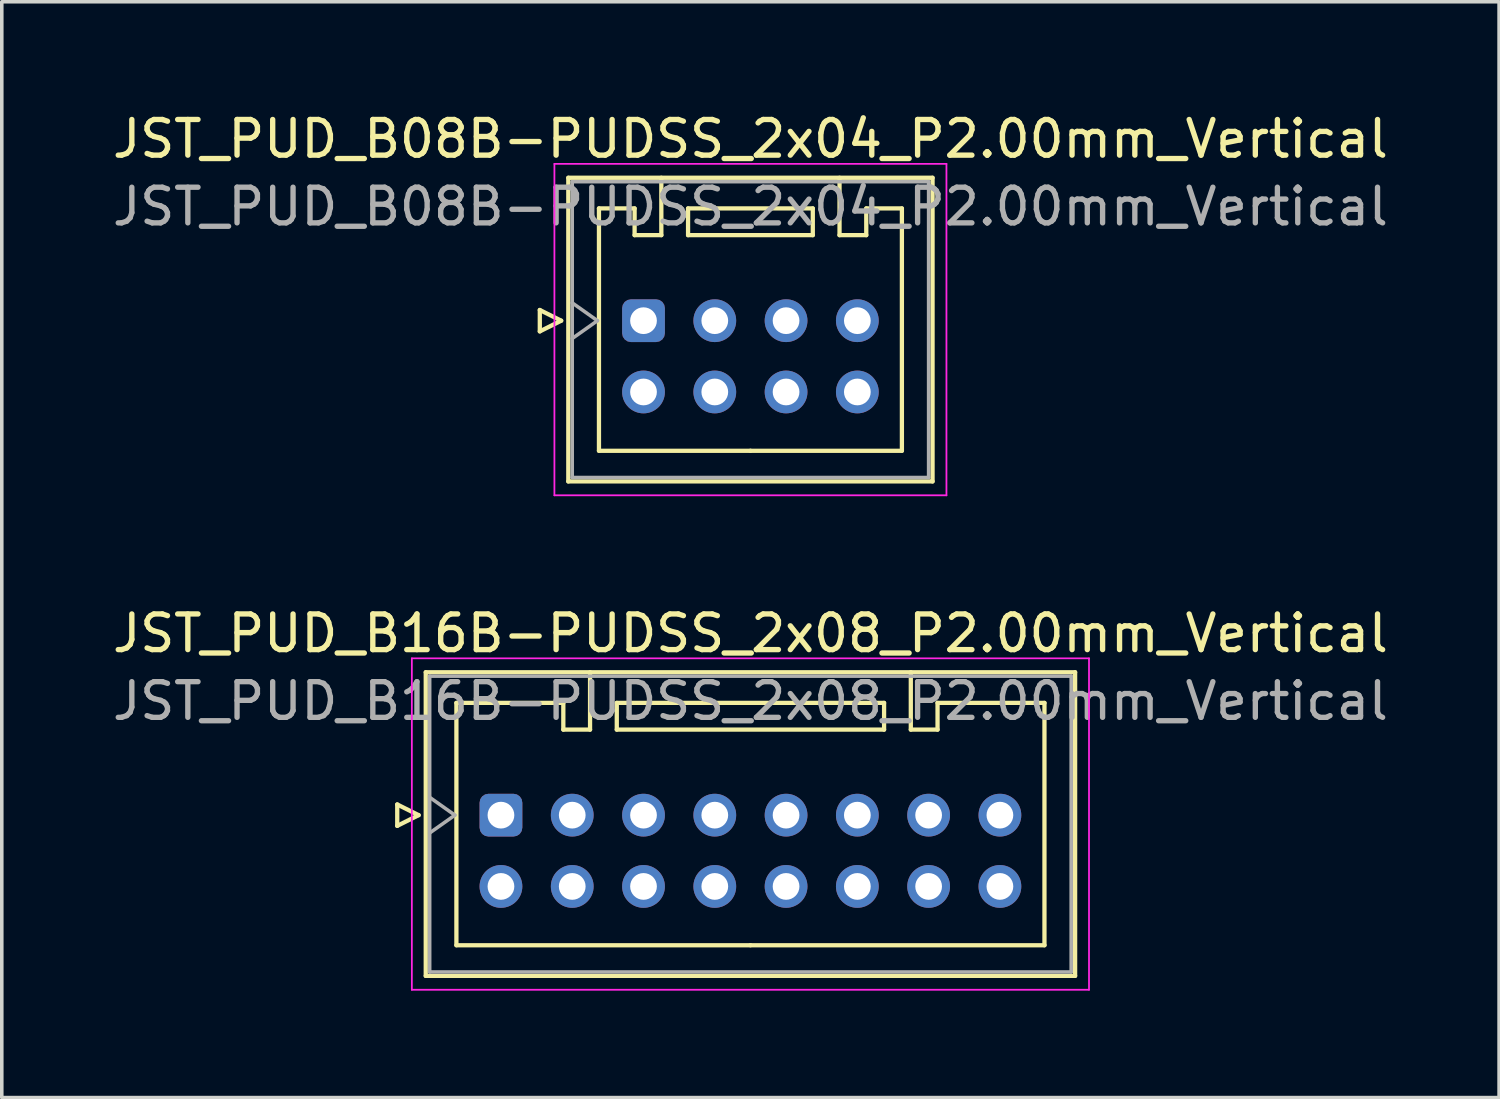
<source format=kicad_pcb>
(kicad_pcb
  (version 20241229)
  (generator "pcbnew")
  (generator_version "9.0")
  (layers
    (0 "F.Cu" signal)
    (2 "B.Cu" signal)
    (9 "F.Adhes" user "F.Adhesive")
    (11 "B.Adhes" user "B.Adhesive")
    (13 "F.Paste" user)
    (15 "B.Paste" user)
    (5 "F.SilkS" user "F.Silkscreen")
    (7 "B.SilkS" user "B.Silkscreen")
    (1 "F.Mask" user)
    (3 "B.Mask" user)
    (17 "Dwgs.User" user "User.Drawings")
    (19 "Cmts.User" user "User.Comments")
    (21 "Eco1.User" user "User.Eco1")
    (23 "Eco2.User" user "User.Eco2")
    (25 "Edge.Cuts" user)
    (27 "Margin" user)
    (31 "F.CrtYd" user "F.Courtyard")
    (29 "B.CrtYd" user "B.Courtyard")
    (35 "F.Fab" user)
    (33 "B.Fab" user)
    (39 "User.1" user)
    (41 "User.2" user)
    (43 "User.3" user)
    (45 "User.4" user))
  (footprint "JST_PUD_B16B-PUDSS_2x08_P2.00mm_Vertical"
    (layer "F.Cu")
    (at 11.006 19.822)
    (property "Reference" "JST_PUD_B16B-PUDSS_2x08_P2.00mm_Vertical" (at 7 -5.1 0) (layer "F.SilkS") (effects (font (size 1 1) (thickness 0.15))))
    (attr through_hole)
    (fp_line (start -2.91 -0.3) (end -2.31 0) (stroke (width 0.12) (type solid)) (layer "F.SilkS"))
    (fp_line (start -2.91 0.3) (end -2.91 -0.3) (stroke (width 0.12) (type solid)) (layer "F.SilkS"))
    (fp_line (start -2.31 0) (end -2.91 0.3) (stroke (width 0.12) (type solid)) (layer "F.SilkS"))
    (fp_line (start -2.11 -4.01) (end -2.11 4.51) (stroke (width 0.12) (type solid)) (layer "F.SilkS"))
    (fp_line (start -2.11 4.51) (end 16.11 4.51) (stroke (width 0.12) (type solid)) (layer "F.SilkS"))
    (fp_line (start -1.25 -3.15) (end -1.25 3.65) (stroke (width 0.12) (type solid)) (layer "F.SilkS"))
    (fp_line (start -1.25 3.65) (end 7 3.65) (stroke (width 0.12) (type solid)) (layer "F.SilkS"))
    (fp_line (start 1.75 -3.15) (end -1.25 -3.15) (stroke (width 0.12) (type solid)) (layer "F.SilkS"))
    (fp_line (start 1.75 -2.4) (end 1.75 -3.15) (stroke (width 0.12) (type solid)) (layer "F.SilkS"))
    (fp_line (start 2.5 -4.01) (end 2.5 -2.4) (stroke (width 0.12) (type solid)) (layer "F.SilkS"))
    (fp_line (start 2.5 -2.4) (end 1.75 -2.4) (stroke (width 0.12) (type solid)) (layer "F.SilkS"))
    (fp_line (start 3.25 -3.15) (end 3.25 -2.4) (stroke (width 0.12) (type solid)) (layer "F.SilkS"))
    (fp_line (start 3.25 -2.4) (end 10.75 -2.4) (stroke (width 0.12) (type solid)) (layer "F.SilkS"))
    (fp_line (start 10.75 -3.15) (end 3.25 -3.15) (stroke (width 0.12) (type solid)) (layer "F.SilkS"))
    (fp_line (start 10.75 -2.4) (end 10.75 -3.15) (stroke (width 0.12) (type solid)) (layer "F.SilkS"))
    (fp_line (start 11.5 -4.01) (end 11.5 -2.4) (stroke (width 0.12) (type solid)) (layer "F.SilkS"))
    (fp_line (start 11.5 -2.4) (end 12.25 -2.4) (stroke (width 0.12) (type solid)) (layer "F.SilkS"))
    (fp_line (start 12.25 -3.15) (end 15.25 -3.15) (stroke (width 0.12) (type solid)) (layer "F.SilkS"))
    (fp_line (start 12.25 -2.4) (end 12.25 -3.15) (stroke (width 0.12) (type solid)) (layer "F.SilkS"))
    (fp_line (start 15.25 -3.15) (end 15.25 3.65) (stroke (width 0.12) (type solid)) (layer "F.SilkS"))
    (fp_line (start 15.25 3.65) (end 7 3.65) (stroke (width 0.12) (type solid)) (layer "F.SilkS"))
    (fp_line (start 16.11 -4.01) (end -2.11 -4.01) (stroke (width 0.12) (type solid)) (layer "F.SilkS"))
    (fp_line (start 16.11 4.51) (end 16.11 -4.01) (stroke (width 0.12) (type solid)) (layer "F.SilkS"))
    (fp_line (start -2.5 -4.4) (end -2.5 4.9) (stroke (width 0.05) (type solid)) (layer "F.CrtYd"))
    (fp_line (start -2.5 4.9) (end 16.5 4.9) (stroke (width 0.05) (type solid)) (layer "F.CrtYd"))
    (fp_line (start 16.5 -4.4) (end -2.5 -4.4) (stroke (width 0.05) (type solid)) (layer "F.CrtYd"))
    (fp_line (start 16.5 4.9) (end 16.5 -4.4) (stroke (width 0.05) (type solid)) (layer "F.CrtYd"))
    (fp_line (start -2 -3.9) (end -2 4.4) (stroke (width 0.1) (type solid)) (layer "F.Fab"))
    (fp_line (start -2 0.5) (end -1.293 0) (stroke (width 0.1) (type solid)) (layer "F.Fab"))
    (fp_line (start -2 4.4) (end 16 4.4) (stroke (width 0.1) (type solid)) (layer "F.Fab"))
    (fp_line (start -1.293 0) (end -2 -0.5) (stroke (width 0.1) (type solid)) (layer "F.Fab"))
    (fp_line (start 16 -3.9) (end -2 -3.9) (stroke (width 0.1) (type solid)) (layer "F.Fab"))
    (fp_line (start 16 4.4) (end 16 -3.9) (stroke (width 0.1) (type solid)) (layer "F.Fab"))
    (fp_text user "${REFERENCE}" (at 7 -3.2 0) (layer "F.Fab") (effects (font (size 1 1) (thickness 0.15))))
    (pad "1" thru_hole roundrect (at 0 0) (size 1.2 1.2) (drill 0.75) (layers "*.Cu" "*.Mask") (roundrect_rratio 0.208))
    (pad "2" thru_hole circle (at 0 2) (size 1.2 1.2) (drill 0.75) (layers "*.Cu" "*.Mask"))
    (pad "3" thru_hole circle (at 2 0) (size 1.2 1.2) (drill 0.75) (layers "*.Cu" "*.Mask"))
    (pad "4" thru_hole circle (at 2 2) (size 1.2 1.2) (drill 0.75) (layers "*.Cu" "*.Mask"))
    (pad "5" thru_hole circle (at 4 0) (size 1.2 1.2) (drill 0.75) (layers "*.Cu" "*.Mask"))
    (pad "6" thru_hole circle (at 4 2) (size 1.2 1.2) (drill 0.75) (layers "*.Cu" "*.Mask"))
    (pad "7" thru_hole circle (at 6 0) (size 1.2 1.2) (drill 0.75) (layers "*.Cu" "*.Mask"))
    (pad "8" thru_hole circle (at 6 2) (size 1.2 1.2) (drill 0.75) (layers "*.Cu" "*.Mask"))
    (pad "9" thru_hole circle (at 8 0) (size 1.2 1.2) (drill 0.75) (layers "*.Cu" "*.Mask"))
    (pad "10" thru_hole circle (at 8 2) (size 1.2 1.2) (drill 0.75) (layers "*.Cu" "*.Mask"))
    (pad "11" thru_hole circle (at 10 0) (size 1.2 1.2) (drill 0.75) (layers "*.Cu" "*.Mask"))
    (pad "12" thru_hole circle (at 10 2) (size 1.2 1.2) (drill 0.75) (layers "*.Cu" "*.Mask"))
    (pad "13" thru_hole circle (at 12 0) (size 1.2 1.2) (drill 0.75) (layers "*.Cu" "*.Mask"))
    (pad "14" thru_hole circle (at 12 2) (size 1.2 1.2) (drill 0.75) (layers "*.Cu" "*.Mask"))
    (pad "15" thru_hole circle (at 14 0) (size 1.2 1.2) (drill 0.75) (layers "*.Cu" "*.Mask"))
    (pad "16" thru_hole circle (at 14 2) (size 1.2 1.2) (drill 0.75) (layers "*.Cu" "*.Mask")))
  (footprint "JST_PUD_B08B-PUDSS_2x04_P2.00mm_Vertical"
    (layer "F.Cu")
    (at 15.006 5.948)
    (property "Reference" "JST_PUD_B08B-PUDSS_2x04_P2.00mm_Vertical" (at 3 -5.1 0) (layer "F.SilkS") (effects (font (size 1 1) (thickness 0.15))))
    (attr through_hole)
    (fp_line (start -2.91 -0.3) (end -2.31 0) (stroke (width 0.12) (type solid)) (layer "F.SilkS"))
    (fp_line (start -2.91 0.3) (end -2.91 -0.3) (stroke (width 0.12) (type solid)) (layer "F.SilkS"))
    (fp_line (start -2.31 0) (end -2.91 0.3) (stroke (width 0.12) (type solid)) (layer "F.SilkS"))
    (fp_line (start -2.11 -4.01) (end -2.11 4.51) (stroke (width 0.12) (type solid)) (layer "F.SilkS"))
    (fp_line (start -2.11 4.51) (end 8.11 4.51) (stroke (width 0.12) (type solid)) (layer "F.SilkS"))
    (fp_line (start -1.25 -3.15) (end -1.25 3.65) (stroke (width 0.12) (type solid)) (layer "F.SilkS"))
    (fp_line (start -1.25 3.65) (end 3 3.65) (stroke (width 0.12) (type solid)) (layer "F.SilkS"))
    (fp_line (start -0.25 -3.15) (end -1.25 -3.15) (stroke (width 0.12) (type solid)) (layer "F.SilkS"))
    (fp_line (start -0.25 -2.4) (end -0.25 -3.15) (stroke (width 0.12) (type solid)) (layer "F.SilkS"))
    (fp_line (start 0.5 -4.01) (end 0.5 -2.4) (stroke (width 0.12) (type solid)) (layer "F.SilkS"))
    (fp_line (start 0.5 -2.4) (end -0.25 -2.4) (stroke (width 0.12) (type solid)) (layer "F.SilkS"))
    (fp_line (start 1.25 -3.15) (end 1.25 -2.4) (stroke (width 0.12) (type solid)) (layer "F.SilkS"))
    (fp_line (start 1.25 -2.4) (end 4.75 -2.4) (stroke (width 0.12) (type solid)) (layer "F.SilkS"))
    (fp_line (start 4.75 -3.15) (end 1.25 -3.15) (stroke (width 0.12) (type solid)) (layer "F.SilkS"))
    (fp_line (start 4.75 -2.4) (end 4.75 -3.15) (stroke (width 0.12) (type solid)) (layer "F.SilkS"))
    (fp_line (start 5.5 -4.01) (end 5.5 -2.4) (stroke (width 0.12) (type solid)) (layer "F.SilkS"))
    (fp_line (start 5.5 -2.4) (end 6.25 -2.4) (stroke (width 0.12) (type solid)) (layer "F.SilkS"))
    (fp_line (start 6.25 -3.15) (end 7.25 -3.15) (stroke (width 0.12) (type solid)) (layer "F.SilkS"))
    (fp_line (start 6.25 -2.4) (end 6.25 -3.15) (stroke (width 0.12) (type solid)) (layer "F.SilkS"))
    (fp_line (start 7.25 -3.15) (end 7.25 3.65) (stroke (width 0.12) (type solid)) (layer "F.SilkS"))
    (fp_line (start 7.25 3.65) (end 3 3.65) (stroke (width 0.12) (type solid)) (layer "F.SilkS"))
    (fp_line (start 8.11 -4.01) (end -2.11 -4.01) (stroke (width 0.12) (type solid)) (layer "F.SilkS"))
    (fp_line (start 8.11 4.51) (end 8.11 -4.01) (stroke (width 0.12) (type solid)) (layer "F.SilkS"))
    (fp_line (start -2.5 -4.4) (end -2.5 4.9) (stroke (width 0.05) (type solid)) (layer "F.CrtYd"))
    (fp_line (start -2.5 4.9) (end 8.5 4.9) (stroke (width 0.05) (type solid)) (layer "F.CrtYd"))
    (fp_line (start 8.5 -4.4) (end -2.5 -4.4) (stroke (width 0.05) (type solid)) (layer "F.CrtYd"))
    (fp_line (start 8.5 4.9) (end 8.5 -4.4) (stroke (width 0.05) (type solid)) (layer "F.CrtYd"))
    (fp_line (start -2 -3.9) (end -2 4.4) (stroke (width 0.1) (type solid)) (layer "F.Fab"))
    (fp_line (start -2 0.5) (end -1.293 0) (stroke (width 0.1) (type solid)) (layer "F.Fab"))
    (fp_line (start -2 4.4) (end 8 4.4) (stroke (width 0.1) (type solid)) (layer "F.Fab"))
    (fp_line (start -1.293 0) (end -2 -0.5) (stroke (width 0.1) (type solid)) (layer "F.Fab"))
    (fp_line (start 8 -3.9) (end -2 -3.9) (stroke (width 0.1) (type solid)) (layer "F.Fab"))
    (fp_line (start 8 4.4) (end 8 -3.9) (stroke (width 0.1) (type solid)) (layer "F.Fab"))
    (fp_text user "${REFERENCE}" (at 3 -3.2 0) (layer "F.Fab") (effects (font (size 1 1) (thickness 0.15))))
    (pad "1" thru_hole roundrect (at 0 0) (size 1.2 1.2) (drill 0.75) (layers "*.Cu" "*.Mask") (roundrect_rratio 0.208))
    (pad "2" thru_hole circle (at 0 2) (size 1.2 1.2) (drill 0.75) (layers "*.Cu" "*.Mask"))
    (pad "3" thru_hole circle (at 2 0) (size 1.2 1.2) (drill 0.75) (layers "*.Cu" "*.Mask"))
    (pad "4" thru_hole circle (at 2 2) (size 1.2 1.2) (drill 0.75) (layers "*.Cu" "*.Mask"))
    (pad "5" thru_hole circle (at 4 0) (size 1.2 1.2) (drill 0.75) (layers "*.Cu" "*.Mask"))
    (pad "6" thru_hole circle (at 4 2) (size 1.2 1.2) (drill 0.75) (layers "*.Cu" "*.Mask"))
    (pad "7" thru_hole circle (at 6 0) (size 1.2 1.2) (drill 0.75) (layers "*.Cu" "*.Mask"))
    (pad "8" thru_hole circle (at 6 2) (size 1.2 1.2) (drill 0.75) (layers "*.Cu" "*.Mask")))
  (gr_rect
    (start -3 -3)
    (end 39.012 27.747)
    (stroke (width 0.1) (type default))
    (fill no)
    (layer "Edge.Cuts")))
</source>
